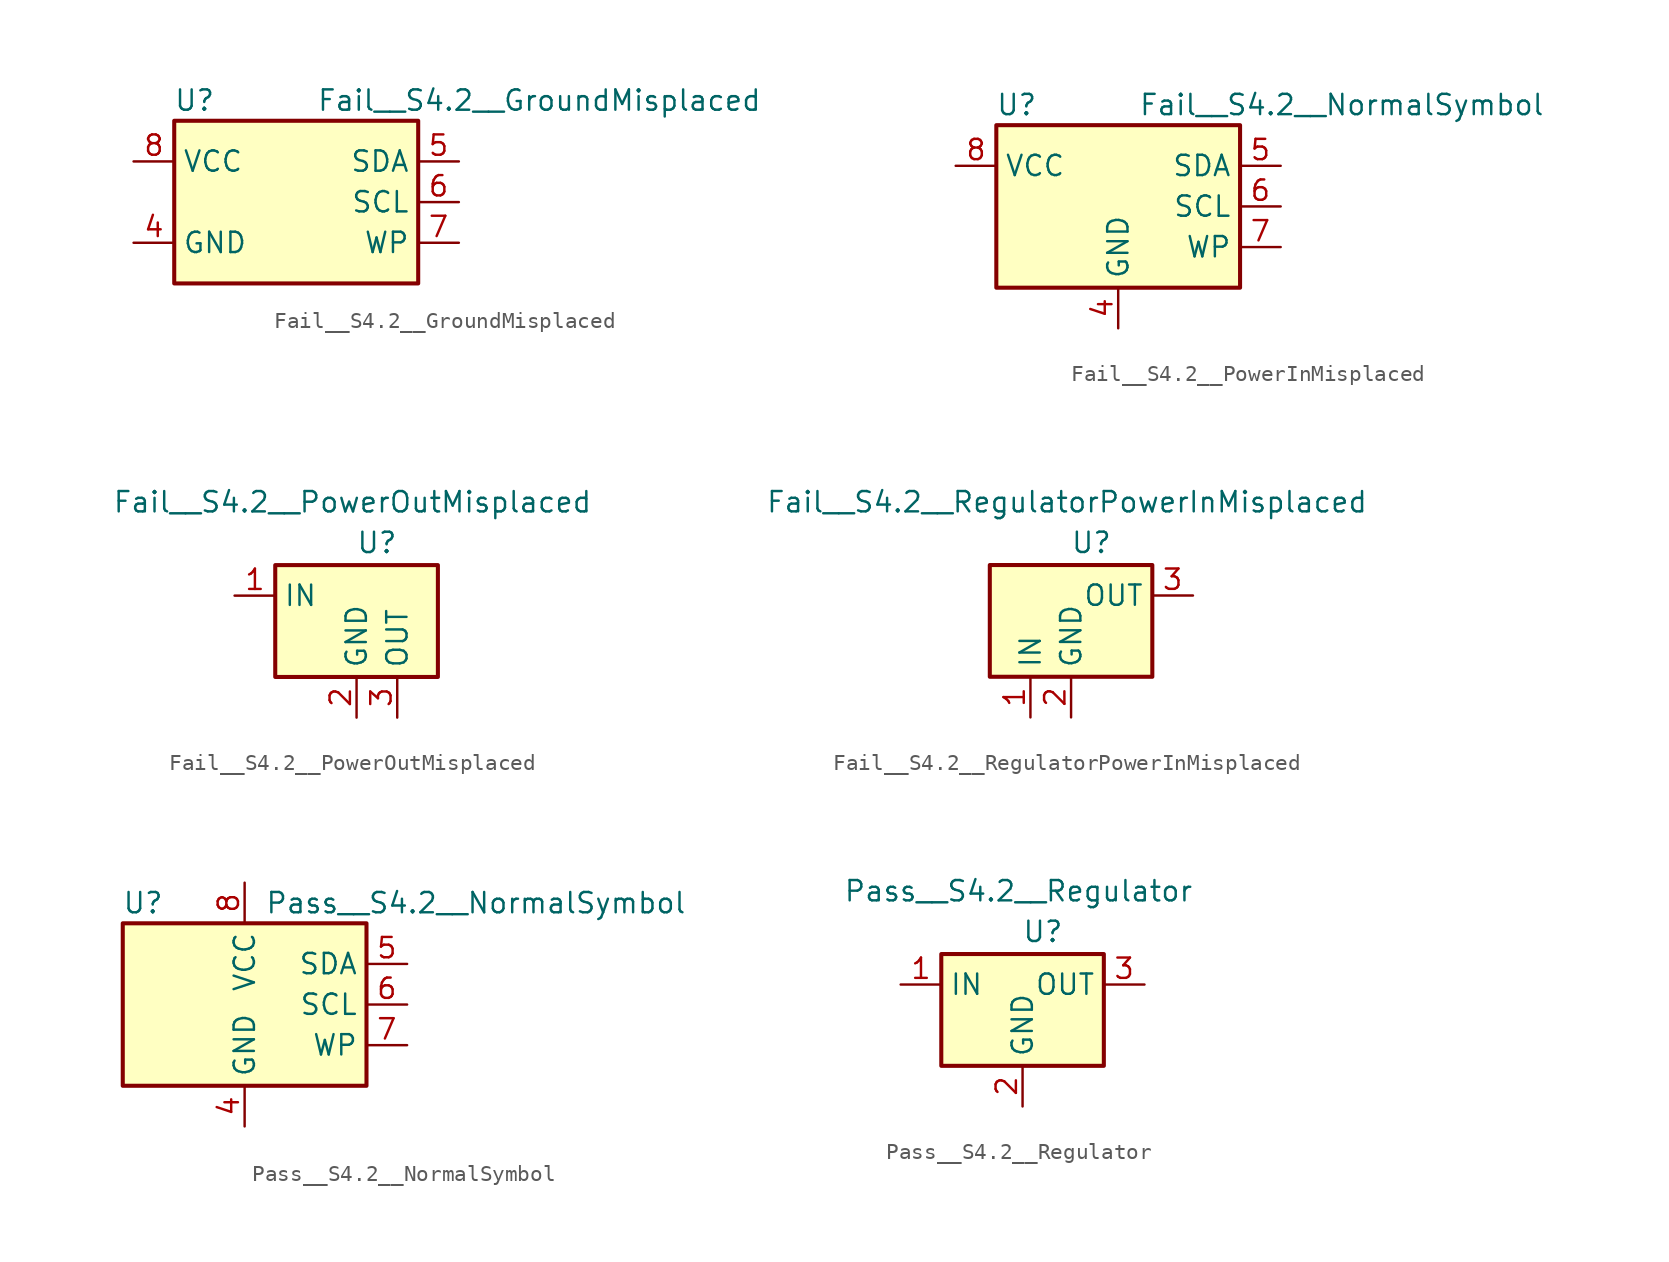
<source format=kicad_sym>
(kicad_symbol_lib
  (version 20241209)
  (generator "kicad_symbol_editor")
  (generator_version "9.0")
  (symbol "Fail__S4.2__GroundMisplaced"
    (property "Reference" "U"
      (at -6.35 6.35 0)
      (effects (font (size 1.27 1.27))))
    (property "Value" "Fail__S4.2__GroundMisplaced"
      (at 1.27 6.35 0)
      (effects (font (size 1.27 1.27)) (justify left)))
    (symbol "Fail__S4.2__GroundMisplaced_1_1"
      (rectangle (start -7.62 5.08) (end 7.62 -5.08) (stroke (width 0.254) (type default)) (fill (type background)))
      (pin power_in line (at -10.16 2.54 0) (length 2.54) (name "VCC" (effects (font (size 1.27 1.27)))) (number "8" (effects (font (size 1.27 1.27)))))
      (pin power_in line (at -10.16 -2.54 0) (length 2.54) (name "GND" (effects (font (size 1.27 1.27)))) (number "4" (effects (font (size 1.27 1.27)))))
      (pin bidirectional line (at 10.16 2.54 180) (length 2.54) (name "SDA" (effects (font (size 1.27 1.27)))) (number "5" (effects (font (size 1.27 1.27)))))
      (pin input line (at 10.16 0 180) (length 2.54) (name "SCL" (effects (font (size 1.27 1.27)))) (number "6" (effects (font (size 1.27 1.27)))))
      (pin input line (at 10.16 -2.54 180) (length 2.54) (name "WP" (effects (font (size 1.27 1.27)))) (number "7" (effects (font (size 1.27 1.27)))))))
  (symbol "Fail__S4.2__PowerInMisplaced"
    (property "Reference" "U"
      (at -6.35 6.35 0)
      (effects (font (size 1.27 1.27))))
    (property "Value" "Fail__S4.2__NormalSymbol"
      (at 1.27 6.35 0)
      (effects (font (size 1.27 1.27)) (justify left)))
    (symbol "Fail__S4.2__PowerInMisplaced_1_1"
      (rectangle (start -7.62 5.08) (end 7.62 -5.08) (stroke (width 0.254) (type default)) (fill (type background)))
      (pin power_in line (at -10.16 2.54 0) (length 2.54) (name "VCC" (effects (font (size 1.27 1.27)))) (number "8" (effects (font (size 1.27 1.27)))))
      (pin power_in line (at 0 -7.62 90) (length 2.54) (name "GND" (effects (font (size 1.27 1.27)))) (number "4" (effects (font (size 1.27 1.27)))))
      (pin bidirectional line (at 10.16 2.54 180) (length 2.54) (name "SDA" (effects (font (size 1.27 1.27)))) (number "5" (effects (font (size 1.27 1.27)))))
      (pin input line (at 10.16 0 180) (length 2.54) (name "SCL" (effects (font (size 1.27 1.27)))) (number "6" (effects (font (size 1.27 1.27)))))
      (pin input line (at 10.16 -2.54 180) (length 2.54) (name "WP" (effects (font (size 1.27 1.27)))) (number "7" (effects (font (size 1.27 1.27)))))))
  (symbol "Fail__S4.2__PowerOutMisplaced"
    (property "Reference" "U"
      (at 1.27 5.842 0)
      (effects (font (size 1.27 1.27))))
    (property "Value" "Fail__S4.2__PowerOutMisplaced"
      (at -0.254 8.382 0)
      (effects (font (size 1.27 1.27))))
    (symbol "Fail__S4.2__PowerOutMisplaced_0_1"
      (rectangle (start -5.08 4.445) (end 5.08 -2.54) (stroke (width 0.254) (type default)) (fill (type background))))
    (symbol "Fail__S4.2__PowerOutMisplaced_1_1"
      (pin power_in line (at -7.62 2.54 0) (length 2.54) (name "IN" (effects (font (size 1.27 1.27)))) (number "1" (effects (font (size 1.27 1.27)))))
      (pin power_in line (at 0 -5.08 90) (length 2.54) (name "GND" (effects (font (size 1.27 1.27)))) (number "2" (effects (font (size 1.27 1.27)))))
      (pin power_out line (at 2.54 -5.08 90) (length 2.54) (name "OUT" (effects (font (size 1.27 1.27)))) (number "3" (effects (font (size 1.27 1.27)))))))
  (symbol "Fail__S4.2__RegulatorPowerInMisplaced"
    (property "Reference" "U"
      (at 1.27 5.842 0)
      (effects (font (size 1.27 1.27))))
    (property "Value" "Fail__S4.2__RegulatorPowerInMisplaced"
      (at -0.254 8.382 0)
      (effects (font (size 1.27 1.27))))
    (symbol "Fail__S4.2__RegulatorPowerInMisplaced_0_1"
      (rectangle (start -5.08 4.445) (end 5.08 -2.54) (stroke (width 0.254) (type default)) (fill (type background))))
    (symbol "Fail__S4.2__RegulatorPowerInMisplaced_1_1"
      (pin power_in line (at -2.54 -5.08 90) (length 2.54) (name "IN" (effects (font (size 1.27 1.27)))) (number "1" (effects (font (size 1.27 1.27)))))
      (pin power_in line (at 0 -5.08 90) (length 2.54) (name "GND" (effects (font (size 1.27 1.27)))) (number "2" (effects (font (size 1.27 1.27)))))
      (pin power_out line (at 7.62 2.54 180) (length 2.54) (name "OUT" (effects (font (size 1.27 1.27)))) (number "3" (effects (font (size 1.27 1.27)))))))
  (symbol "Pass__S4.2__NormalSymbol"
    (property "Reference" "U"
      (at -6.35 6.35 0)
      (effects (font (size 1.27 1.27))))
    (property "Value" "Pass__S4.2__NormalSymbol"
      (at 1.27 6.35 0)
      (effects (font (size 1.27 1.27)) (justify left)))
    (symbol "Pass__S4.2__NormalSymbol_1_1"
      (rectangle (start -7.62 5.08) (end 7.62 -5.08) (stroke (width 0.254) (type default)) (fill (type background)))
      (pin power_in line (at 0 7.62 270) (length 2.54) (name "VCC" (effects (font (size 1.27 1.27)))) (number "8" (effects (font (size 1.27 1.27)))))
      (pin power_in line (at 0 -7.62 90) (length 2.54) (name "GND" (effects (font (size 1.27 1.27)))) (number "4" (effects (font (size 1.27 1.27)))))
      (pin bidirectional line (at 10.16 2.54 180) (length 2.54) (name "SDA" (effects (font (size 1.27 1.27)))) (number "5" (effects (font (size 1.27 1.27)))))
      (pin input line (at 10.16 0 180) (length 2.54) (name "SCL" (effects (font (size 1.27 1.27)))) (number "6" (effects (font (size 1.27 1.27)))))
      (pin input line (at 10.16 -2.54 180) (length 2.54) (name "WP" (effects (font (size 1.27 1.27)))) (number "7" (effects (font (size 1.27 1.27)))))))
  (symbol "Pass__S4.2__Regulator"
    (property "Reference" "U"
      (at 1.27 5.842 0)
      (effects (font (size 1.27 1.27))))
    (property "Value" "Pass__S4.2__Regulator"
      (at -0.254 8.382 0)
      (effects (font (size 1.27 1.27))))
    (symbol "Pass__S4.2__Regulator_0_1"
      (rectangle (start -5.08 4.445) (end 5.08 -2.54) (stroke (width 0.254) (type default)) (fill (type background))))
    (symbol "Pass__S4.2__Regulator_1_1"
      (pin power_in line (at -7.62 2.54 0) (length 2.54) (name "IN" (effects (font (size 1.27 1.27)))) (number "1" (effects (font (size 1.27 1.27)))))
      (pin power_in line (at 0 -5.08 90) (length 2.54) (name "GND" (effects (font (size 1.27 1.27)))) (number "2" (effects (font (size 1.27 1.27)))))
      (pin power_out line (at 7.62 2.54 180) (length 2.54) (name "OUT" (effects (font (size 1.27 1.27)))) (number "3" (effects (font (size 1.27 1.27))))))))
</source>
